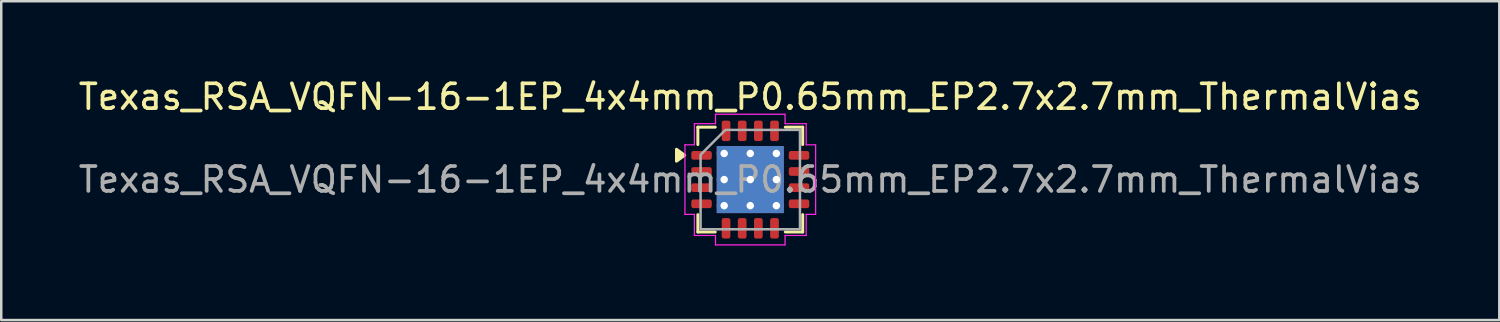
<source format=kicad_pcb>
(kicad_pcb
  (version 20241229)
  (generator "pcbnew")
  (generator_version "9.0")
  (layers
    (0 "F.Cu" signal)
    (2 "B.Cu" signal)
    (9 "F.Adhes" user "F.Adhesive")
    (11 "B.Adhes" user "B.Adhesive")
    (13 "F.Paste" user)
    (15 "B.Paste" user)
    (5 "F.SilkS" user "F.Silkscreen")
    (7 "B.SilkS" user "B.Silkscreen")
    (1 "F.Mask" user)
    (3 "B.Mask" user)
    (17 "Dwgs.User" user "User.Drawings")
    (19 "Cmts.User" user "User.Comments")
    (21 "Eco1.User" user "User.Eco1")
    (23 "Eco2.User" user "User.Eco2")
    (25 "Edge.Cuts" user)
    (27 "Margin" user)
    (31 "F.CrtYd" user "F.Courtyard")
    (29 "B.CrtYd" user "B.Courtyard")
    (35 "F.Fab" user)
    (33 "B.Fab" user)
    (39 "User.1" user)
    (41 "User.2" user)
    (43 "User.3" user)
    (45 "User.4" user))
  (footprint "Texas_RSA_VQFN-16-1EP_4x4mm_P0.65mm_EP2.7x2.7mm_ThermalVias"
    (layer "F.Cu")
    (at 27.149 4.178)
    (property "Reference" "Texas_RSA_VQFN-16-1EP_4x4mm_P0.65mm_EP2.7x2.7mm_ThermalVias" (at 0 -3.33 0) (layer "F.SilkS") (effects (font (size 1 1) (thickness 0.15))))
    (attr smd)
    (fp_line (start -2.11 -2.11) (end -1.41 -2.11) (stroke (width 0.12) (type solid)) (layer "F.SilkS"))
    (fp_line (start -2.11 -1.41) (end -2.11 -2.11) (stroke (width 0.12) (type solid)) (layer "F.SilkS"))
    (fp_line (start -2.11 2.11) (end -2.11 1.41) (stroke (width 0.12) (type solid)) (layer "F.SilkS"))
    (fp_line (start -1.41 2.11) (end -2.11 2.11) (stroke (width 0.12) (type solid)) (layer "F.SilkS"))
    (fp_line (start 1.41 -2.11) (end 2.11 -2.11) (stroke (width 0.12) (type solid)) (layer "F.SilkS"))
    (fp_line (start 2.11 -2.11) (end 2.11 -1.41) (stroke (width 0.12) (type solid)) (layer "F.SilkS"))
    (fp_line (start 2.11 1.41) (end 2.11 2.11) (stroke (width 0.12) (type solid)) (layer "F.SilkS"))
    (fp_line (start 2.11 2.11) (end 1.41 2.11) (stroke (width 0.12) (type solid)) (layer "F.SilkS"))
    (fp_poly (pts (xy -2.64 -0.98) (xy -2.97 -0.74) (xy -2.97 -1.22)) (stroke (width 0.12) (type solid)) (fill yes) (layer "F.SilkS"))
    (fp_line (start -2.63 -1.4) (end -2.25 -1.4) (stroke (width 0.05) (type solid)) (layer "F.CrtYd"))
    (fp_line (start -2.63 1.4) (end -2.63 -1.4) (stroke (width 0.05) (type solid)) (layer "F.CrtYd"))
    (fp_line (start -2.25 -2.25) (end -1.4 -2.25) (stroke (width 0.05) (type solid)) (layer "F.CrtYd"))
    (fp_line (start -2.25 -1.4) (end -2.25 -2.25) (stroke (width 0.05) (type solid)) (layer "F.CrtYd"))
    (fp_line (start -2.25 1.4) (end -2.63 1.4) (stroke (width 0.05) (type solid)) (layer "F.CrtYd"))
    (fp_line (start -2.25 2.25) (end -2.25 1.4) (stroke (width 0.05) (type solid)) (layer "F.CrtYd"))
    (fp_line (start -1.4 -2.63) (end 1.4 -2.63) (stroke (width 0.05) (type solid)) (layer "F.CrtYd"))
    (fp_line (start -1.4 -2.25) (end -1.4 -2.63) (stroke (width 0.05) (type solid)) (layer "F.CrtYd"))
    (fp_line (start -1.4 2.25) (end -2.25 2.25) (stroke (width 0.05) (type solid)) (layer "F.CrtYd"))
    (fp_line (start -1.4 2.63) (end -1.4 2.25) (stroke (width 0.05) (type solid)) (layer "F.CrtYd"))
    (fp_line (start 1.4 -2.63) (end 1.4 -2.25) (stroke (width 0.05) (type solid)) (layer "F.CrtYd"))
    (fp_line (start 1.4 -2.25) (end 2.25 -2.25) (stroke (width 0.05) (type solid)) (layer "F.CrtYd"))
    (fp_line (start 1.4 2.25) (end 1.4 2.63) (stroke (width 0.05) (type solid)) (layer "F.CrtYd"))
    (fp_line (start 1.4 2.63) (end -1.4 2.63) (stroke (width 0.05) (type solid)) (layer "F.CrtYd"))
    (fp_line (start 2.25 -2.25) (end 2.25 -1.4) (stroke (width 0.05) (type solid)) (layer "F.CrtYd"))
    (fp_line (start 2.25 -1.4) (end 2.63 -1.4) (stroke (width 0.05) (type solid)) (layer "F.CrtYd"))
    (fp_line (start 2.25 1.4) (end 2.25 2.25) (stroke (width 0.05) (type solid)) (layer "F.CrtYd"))
    (fp_line (start 2.25 2.25) (end 1.4 2.25) (stroke (width 0.05) (type solid)) (layer "F.CrtYd"))
    (fp_line (start 2.63 -1.4) (end 2.63 1.4) (stroke (width 0.05) (type solid)) (layer "F.CrtYd"))
    (fp_line (start 2.63 1.4) (end 2.25 1.4) (stroke (width 0.05) (type solid)) (layer "F.CrtYd"))
    (fp_poly (pts (xy -2 -1) (xy -2 2) (xy 2 2) (xy 2 -2) (xy -1 -2)) (stroke (width 0.1) (type solid)) (fill no) (layer "F.Fab"))
    (fp_text user "${REFERENCE}" (at 0 0 0) (layer "F.Fab") (effects (font (size 1 1) (thickness 0.15))))
    (pad "" smd roundrect (at -0.9 -0.9) (size 0.64 0.64) (layers "F.Paste") (roundrect_rratio 0.25))
    (pad "" smd roundrect (at -0.9 0) (size 0.64 0.64) (layers "F.Paste") (roundrect_rratio 0.25))
    (pad "" smd roundrect (at -0.9 0.9) (size 0.64 0.64) (layers "F.Paste") (roundrect_rratio 0.25))
    (pad "" smd roundrect (at 0 -0.9) (size 0.64 0.64) (layers "F.Paste") (roundrect_rratio 0.25))
    (pad "" smd roundrect (at 0 0) (size 0.64 0.64) (layers "F.Paste") (roundrect_rratio 0.25))
    (pad "" smd roundrect (at 0 0.9) (size 0.64 0.64) (layers "F.Paste") (roundrect_rratio 0.25))
    (pad "" smd roundrect (at 0.9 -0.9) (size 0.64 0.64) (layers "F.Paste") (roundrect_rratio 0.25))
    (pad "" smd roundrect (at 0.9 0) (size 0.64 0.64) (layers "F.Paste") (roundrect_rratio 0.25))
    (pad "" smd roundrect (at 0.9 0.9) (size 0.64 0.64) (layers "F.Paste") (roundrect_rratio 0.25))
    (pad "1" smd roundrect (at -1.962 -0.975) (size 0.825 0.35) (layers "F.Cu" "F.Mask" "F.Paste") (roundrect_rratio 0.25))
    (pad "2" smd roundrect (at -1.962 -0.325) (size 0.825 0.35) (layers "F.Cu" "F.Mask" "F.Paste") (roundrect_rratio 0.25))
    (pad "3" smd roundrect (at -1.962 0.325) (size 0.825 0.35) (layers "F.Cu" "F.Mask" "F.Paste") (roundrect_rratio 0.25))
    (pad "4" smd roundrect (at -1.962 0.975) (size 0.825 0.35) (layers "F.Cu" "F.Mask" "F.Paste") (roundrect_rratio 0.25))
    (pad "5" smd roundrect (at -0.975 1.962) (size 0.35 0.825) (layers "F.Cu" "F.Mask" "F.Paste") (roundrect_rratio 0.25))
    (pad "6" smd roundrect (at -0.325 1.962) (size 0.35 0.825) (layers "F.Cu" "F.Mask" "F.Paste") (roundrect_rratio 0.25))
    (pad "7" smd roundrect (at 0.325 1.962) (size 0.35 0.825) (layers "F.Cu" "F.Mask" "F.Paste") (roundrect_rratio 0.25))
    (pad "8" smd roundrect (at 0.975 1.962) (size 0.35 0.825) (layers "F.Cu" "F.Mask" "F.Paste") (roundrect_rratio 0.25))
    (pad "9" smd roundrect (at 1.962 0.975) (size 0.825 0.35) (layers "F.Cu" "F.Mask" "F.Paste") (roundrect_rratio 0.25))
    (pad "10" smd roundrect (at 1.962 0.325) (size 0.825 0.35) (layers "F.Cu" "F.Mask" "F.Paste") (roundrect_rratio 0.25))
    (pad "11" smd roundrect (at 1.962 -0.325) (size 0.825 0.35) (layers "F.Cu" "F.Mask" "F.Paste") (roundrect_rratio 0.25))
    (pad "12" smd roundrect (at 1.962 -0.975) (size 0.825 0.35) (layers "F.Cu" "F.Mask" "F.Paste") (roundrect_rratio 0.25))
    (pad "13" smd roundrect (at 0.975 -1.962) (size 0.35 0.825) (layers "F.Cu" "F.Mask" "F.Paste") (roundrect_rratio 0.25))
    (pad "14" smd roundrect (at 0.325 -1.962) (size 0.35 0.825) (layers "F.Cu" "F.Mask" "F.Paste") (roundrect_rratio 0.25))
    (pad "15" smd roundrect (at -0.325 -1.962) (size 0.35 0.825) (layers "F.Cu" "F.Mask" "F.Paste") (roundrect_rratio 0.25))
    (pad "16" smd roundrect (at -0.975 -1.962) (size 0.35 0.825) (layers "F.Cu" "F.Mask" "F.Paste") (roundrect_rratio 0.25))
    (pad "17" thru_hole circle (at -1.05 -1.05) (size 0.6 0.6) (drill 0.3) (property pad_prop_heatsink) (layers "*.Cu"))
    (pad "17" thru_hole circle (at -1.05 0) (size 0.6 0.6) (drill 0.3) (property pad_prop_heatsink) (layers "*.Cu"))
    (pad "17" thru_hole circle (at -1.05 1.05) (size 0.6 0.6) (drill 0.3) (property pad_prop_heatsink) (layers "*.Cu"))
    (pad "17" thru_hole circle (at 0 -1.05) (size 0.6 0.6) (drill 0.3) (property pad_prop_heatsink) (layers "*.Cu"))
    (pad "17" thru_hole circle (at 0 0) (size 0.6 0.6) (drill 0.3) (property pad_prop_heatsink) (layers "*.Cu"))
    (pad "17" smd rect (at 0 0) (size 2.7 2.7) (property pad_prop_heatsink) (layers "F.Cu" "F.Mask"))
    (pad "17" smd rect (at 0 0) (size 2.7 2.7) (property pad_prop_heatsink) (layers "B.Cu"))
    (pad "17" thru_hole circle (at 0 1.05) (size 0.6 0.6) (drill 0.3) (property pad_prop_heatsink) (layers "*.Cu"))
    (pad "17" thru_hole circle (at 1.05 -1.05) (size 0.6 0.6) (drill 0.3) (property pad_prop_heatsink) (layers "*.Cu"))
    (pad "17" thru_hole circle (at 1.05 0) (size 0.6 0.6) (drill 0.3) (property pad_prop_heatsink) (layers "*.Cu"))
    (pad "17" thru_hole circle (at 1.05 1.05) (size 0.6 0.6) (drill 0.3) (property pad_prop_heatsink) (layers "*.Cu")))
  (gr_rect
    (start -3 -3)
    (end 57.298 9.833)
    (stroke (width 0.1) (type default))
    (fill no)
    (layer "Edge.Cuts")))
</source>
